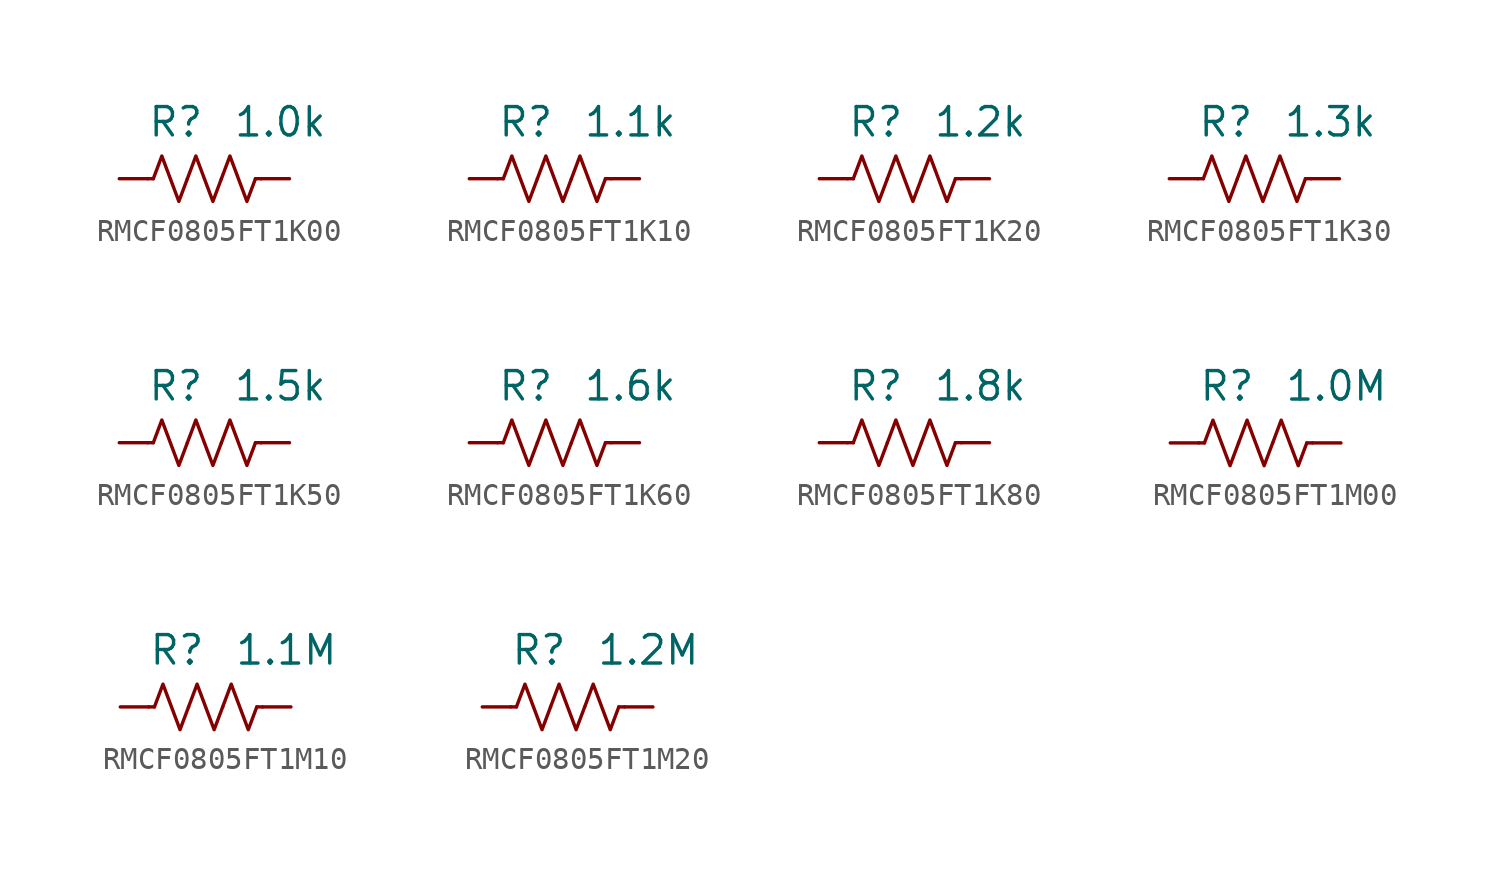
<source format=kicad_sym>
(kicad_symbol_lib
  (version 20241209)
  (generator "kicad_symbol_editor")
  (generator_version "9.0")
  (symbol "RMCF0805FT1K00"
    (pin_numbers
      (hide yes))
    (property "Reference" "R"
      (at 0 2.54 0)
      (effects (font (size 1.27 1.27)) (justify right)))
    (property "Value" "1.0k"
      (at 1.27 2.54 0)
      (effects (font (size 1.27 1.27)) (justify left)))
    (symbol "RMCF0805FT1K00_0_1"
      (polyline (pts (xy -2.286 0) (xy -2.54 0)) (stroke (width 0) (type default)) (fill (type none)))
      (polyline (pts (xy -2.286 0) (xy -1.905 1.016) (xy -1.524 0) (xy -1.143 -1.016) (xy -0.762 0)) (stroke (width 0) (type default)) (fill (type none)))
      (polyline (pts (xy -0.762 0) (xy -0.381 1.016) (xy 0 0) (xy 0.381 -1.016) (xy 0.762 0)) (stroke (width 0) (type default)) (fill (type none)))
      (polyline (pts (xy 0.762 0) (xy 1.143 1.016) (xy 1.524 0) (xy 1.905 -1.016) (xy 2.286 0)) (stroke (width 0) (type default)) (fill (type none)))
      (polyline (pts (xy 2.286 0) (xy 2.54 0)) (stroke (width 0) (type default)) (fill (type none))))
    (symbol "RMCF0805FT1K00_1_1"
      (pin passive line (at -3.81 0 0) (length 1.27) (name "~" (effects (font (size 1.27 1.27)))) (number "1" (effects (font (size 1.27 1.27)))))
      (pin passive line (at 3.81 0 180) (length 1.27) (name "~" (effects (font (size 1.27 1.27)))) (number "2" (effects (font (size 1.27 1.27)))))))
  (symbol "RMCF0805FT1K10"
    (pin_numbers
      (hide yes))
    (property "Reference" "R"
      (at 0 2.54 0)
      (effects (font (size 1.27 1.27)) (justify right)))
    (property "Value" "1.1k"
      (at 1.27 2.54 0)
      (effects (font (size 1.27 1.27)) (justify left)))
    (symbol "RMCF0805FT1K10_0_1"
      (polyline (pts (xy -2.286 0) (xy -2.54 0)) (stroke (width 0) (type default)) (fill (type none)))
      (polyline (pts (xy -2.286 0) (xy -1.905 1.016) (xy -1.524 0) (xy -1.143 -1.016) (xy -0.762 0)) (stroke (width 0) (type default)) (fill (type none)))
      (polyline (pts (xy -0.762 0) (xy -0.381 1.016) (xy 0 0) (xy 0.381 -1.016) (xy 0.762 0)) (stroke (width 0) (type default)) (fill (type none)))
      (polyline (pts (xy 0.762 0) (xy 1.143 1.016) (xy 1.524 0) (xy 1.905 -1.016) (xy 2.286 0)) (stroke (width 0) (type default)) (fill (type none)))
      (polyline (pts (xy 2.286 0) (xy 2.54 0)) (stroke (width 0) (type default)) (fill (type none))))
    (symbol "RMCF0805FT1K10_1_1"
      (pin passive line (at -3.81 0 0) (length 1.27) (name "~" (effects (font (size 1.27 1.27)))) (number "1" (effects (font (size 1.27 1.27)))))
      (pin passive line (at 3.81 0 180) (length 1.27) (name "~" (effects (font (size 1.27 1.27)))) (number "2" (effects (font (size 1.27 1.27)))))))
  (symbol "RMCF0805FT1K20"
    (pin_numbers
      (hide yes))
    (property "Reference" "R"
      (at 0 2.54 0)
      (effects (font (size 1.27 1.27)) (justify right)))
    (property "Value" "1.2k"
      (at 1.27 2.54 0)
      (effects (font (size 1.27 1.27)) (justify left)))
    (symbol "RMCF0805FT1K20_0_1"
      (polyline (pts (xy -2.286 0) (xy -2.54 0)) (stroke (width 0) (type default)) (fill (type none)))
      (polyline (pts (xy -2.286 0) (xy -1.905 1.016) (xy -1.524 0) (xy -1.143 -1.016) (xy -0.762 0)) (stroke (width 0) (type default)) (fill (type none)))
      (polyline (pts (xy -0.762 0) (xy -0.381 1.016) (xy 0 0) (xy 0.381 -1.016) (xy 0.762 0)) (stroke (width 0) (type default)) (fill (type none)))
      (polyline (pts (xy 0.762 0) (xy 1.143 1.016) (xy 1.524 0) (xy 1.905 -1.016) (xy 2.286 0)) (stroke (width 0) (type default)) (fill (type none)))
      (polyline (pts (xy 2.286 0) (xy 2.54 0)) (stroke (width 0) (type default)) (fill (type none))))
    (symbol "RMCF0805FT1K20_1_1"
      (pin passive line (at -3.81 0 0) (length 1.27) (name "~" (effects (font (size 1.27 1.27)))) (number "1" (effects (font (size 1.27 1.27)))))
      (pin passive line (at 3.81 0 180) (length 1.27) (name "~" (effects (font (size 1.27 1.27)))) (number "2" (effects (font (size 1.27 1.27)))))))
  (symbol "RMCF0805FT1K30"
    (pin_numbers
      (hide yes))
    (property "Reference" "R"
      (at 0 2.54 0)
      (effects (font (size 1.27 1.27)) (justify right)))
    (property "Value" "1.3k"
      (at 1.27 2.54 0)
      (effects (font (size 1.27 1.27)) (justify left)))
    (symbol "RMCF0805FT1K30_0_1"
      (polyline (pts (xy -2.286 0) (xy -2.54 0)) (stroke (width 0) (type default)) (fill (type none)))
      (polyline (pts (xy -2.286 0) (xy -1.905 1.016) (xy -1.524 0) (xy -1.143 -1.016) (xy -0.762 0)) (stroke (width 0) (type default)) (fill (type none)))
      (polyline (pts (xy -0.762 0) (xy -0.381 1.016) (xy 0 0) (xy 0.381 -1.016) (xy 0.762 0)) (stroke (width 0) (type default)) (fill (type none)))
      (polyline (pts (xy 0.762 0) (xy 1.143 1.016) (xy 1.524 0) (xy 1.905 -1.016) (xy 2.286 0)) (stroke (width 0) (type default)) (fill (type none)))
      (polyline (pts (xy 2.286 0) (xy 2.54 0)) (stroke (width 0) (type default)) (fill (type none))))
    (symbol "RMCF0805FT1K30_1_1"
      (pin passive line (at -3.81 0 0) (length 1.27) (name "~" (effects (font (size 1.27 1.27)))) (number "1" (effects (font (size 1.27 1.27)))))
      (pin passive line (at 3.81 0 180) (length 1.27) (name "~" (effects (font (size 1.27 1.27)))) (number "2" (effects (font (size 1.27 1.27)))))))
  (symbol "RMCF0805FT1K50"
    (pin_numbers
      (hide yes))
    (property "Reference" "R"
      (at 0 2.54 0)
      (effects (font (size 1.27 1.27)) (justify right)))
    (property "Value" "1.5k"
      (at 1.27 2.54 0)
      (effects (font (size 1.27 1.27)) (justify left)))
    (symbol "RMCF0805FT1K50_0_1"
      (polyline (pts (xy -2.286 0) (xy -2.54 0)) (stroke (width 0) (type default)) (fill (type none)))
      (polyline (pts (xy -2.286 0) (xy -1.905 1.016) (xy -1.524 0) (xy -1.143 -1.016) (xy -0.762 0)) (stroke (width 0) (type default)) (fill (type none)))
      (polyline (pts (xy -0.762 0) (xy -0.381 1.016) (xy 0 0) (xy 0.381 -1.016) (xy 0.762 0)) (stroke (width 0) (type default)) (fill (type none)))
      (polyline (pts (xy 0.762 0) (xy 1.143 1.016) (xy 1.524 0) (xy 1.905 -1.016) (xy 2.286 0)) (stroke (width 0) (type default)) (fill (type none)))
      (polyline (pts (xy 2.286 0) (xy 2.54 0)) (stroke (width 0) (type default)) (fill (type none))))
    (symbol "RMCF0805FT1K50_1_1"
      (pin passive line (at -3.81 0 0) (length 1.27) (name "~" (effects (font (size 1.27 1.27)))) (number "1" (effects (font (size 1.27 1.27)))))
      (pin passive line (at 3.81 0 180) (length 1.27) (name "~" (effects (font (size 1.27 1.27)))) (number "2" (effects (font (size 1.27 1.27)))))))
  (symbol "RMCF0805FT1K60"
    (pin_numbers
      (hide yes))
    (property "Reference" "R"
      (at 0 2.54 0)
      (effects (font (size 1.27 1.27)) (justify right)))
    (property "Value" "1.6k"
      (at 1.27 2.54 0)
      (effects (font (size 1.27 1.27)) (justify left)))
    (symbol "RMCF0805FT1K60_0_1"
      (polyline (pts (xy -2.286 0) (xy -2.54 0)) (stroke (width 0) (type default)) (fill (type none)))
      (polyline (pts (xy -2.286 0) (xy -1.905 1.016) (xy -1.524 0) (xy -1.143 -1.016) (xy -0.762 0)) (stroke (width 0) (type default)) (fill (type none)))
      (polyline (pts (xy -0.762 0) (xy -0.381 1.016) (xy 0 0) (xy 0.381 -1.016) (xy 0.762 0)) (stroke (width 0) (type default)) (fill (type none)))
      (polyline (pts (xy 0.762 0) (xy 1.143 1.016) (xy 1.524 0) (xy 1.905 -1.016) (xy 2.286 0)) (stroke (width 0) (type default)) (fill (type none)))
      (polyline (pts (xy 2.286 0) (xy 2.54 0)) (stroke (width 0) (type default)) (fill (type none))))
    (symbol "RMCF0805FT1K60_1_1"
      (pin passive line (at -3.81 0 0) (length 1.27) (name "~" (effects (font (size 1.27 1.27)))) (number "1" (effects (font (size 1.27 1.27)))))
      (pin passive line (at 3.81 0 180) (length 1.27) (name "~" (effects (font (size 1.27 1.27)))) (number "2" (effects (font (size 1.27 1.27)))))))
  (symbol "RMCF0805FT1K80"
    (pin_numbers
      (hide yes))
    (property "Reference" "R"
      (at 0 2.54 0)
      (effects (font (size 1.27 1.27)) (justify right)))
    (property "Value" "1.8k"
      (at 1.27 2.54 0)
      (effects (font (size 1.27 1.27)) (justify left)))
    (symbol "RMCF0805FT1K80_0_1"
      (polyline (pts (xy -2.286 0) (xy -2.54 0)) (stroke (width 0) (type default)) (fill (type none)))
      (polyline (pts (xy -2.286 0) (xy -1.905 1.016) (xy -1.524 0) (xy -1.143 -1.016) (xy -0.762 0)) (stroke (width 0) (type default)) (fill (type none)))
      (polyline (pts (xy -0.762 0) (xy -0.381 1.016) (xy 0 0) (xy 0.381 -1.016) (xy 0.762 0)) (stroke (width 0) (type default)) (fill (type none)))
      (polyline (pts (xy 0.762 0) (xy 1.143 1.016) (xy 1.524 0) (xy 1.905 -1.016) (xy 2.286 0)) (stroke (width 0) (type default)) (fill (type none)))
      (polyline (pts (xy 2.286 0) (xy 2.54 0)) (stroke (width 0) (type default)) (fill (type none))))
    (symbol "RMCF0805FT1K80_1_1"
      (pin passive line (at -3.81 0 0) (length 1.27) (name "~" (effects (font (size 1.27 1.27)))) (number "1" (effects (font (size 1.27 1.27)))))
      (pin passive line (at 3.81 0 180) (length 1.27) (name "~" (effects (font (size 1.27 1.27)))) (number "2" (effects (font (size 1.27 1.27)))))))
  (symbol "RMCF0805FT1M00"
    (pin_numbers
      (hide yes))
    (property "Reference" "R"
      (at 0 2.54 0)
      (effects (font (size 1.27 1.27)) (justify right)))
    (property "Value" "1.0M"
      (at 1.27 2.54 0)
      (effects (font (size 1.27 1.27)) (justify left)))
    (symbol "RMCF0805FT1M00_0_1"
      (polyline (pts (xy -2.286 0) (xy -2.54 0)) (stroke (width 0) (type default)) (fill (type none)))
      (polyline (pts (xy -2.286 0) (xy -1.905 1.016) (xy -1.524 0) (xy -1.143 -1.016) (xy -0.762 0)) (stroke (width 0) (type default)) (fill (type none)))
      (polyline (pts (xy -0.762 0) (xy -0.381 1.016) (xy 0 0) (xy 0.381 -1.016) (xy 0.762 0)) (stroke (width 0) (type default)) (fill (type none)))
      (polyline (pts (xy 0.762 0) (xy 1.143 1.016) (xy 1.524 0) (xy 1.905 -1.016) (xy 2.286 0)) (stroke (width 0) (type default)) (fill (type none)))
      (polyline (pts (xy 2.286 0) (xy 2.54 0)) (stroke (width 0) (type default)) (fill (type none))))
    (symbol "RMCF0805FT1M00_1_1"
      (pin passive line (at -3.81 0 0) (length 1.27) (name "~" (effects (font (size 1.27 1.27)))) (number "1" (effects (font (size 1.27 1.27)))))
      (pin passive line (at 3.81 0 180) (length 1.27) (name "~" (effects (font (size 1.27 1.27)))) (number "2" (effects (font (size 1.27 1.27)))))))
  (symbol "RMCF0805FT1M10"
    (pin_numbers
      (hide yes))
    (property "Reference" "R"
      (at 0 2.54 0)
      (effects (font (size 1.27 1.27)) (justify right)))
    (property "Value" "1.1M"
      (at 1.27 2.54 0)
      (effects (font (size 1.27 1.27)) (justify left)))
    (symbol "RMCF0805FT1M10_0_1"
      (polyline (pts (xy -2.286 0) (xy -2.54 0)) (stroke (width 0) (type default)) (fill (type none)))
      (polyline (pts (xy -2.286 0) (xy -1.905 1.016) (xy -1.524 0) (xy -1.143 -1.016) (xy -0.762 0)) (stroke (width 0) (type default)) (fill (type none)))
      (polyline (pts (xy -0.762 0) (xy -0.381 1.016) (xy 0 0) (xy 0.381 -1.016) (xy 0.762 0)) (stroke (width 0) (type default)) (fill (type none)))
      (polyline (pts (xy 0.762 0) (xy 1.143 1.016) (xy 1.524 0) (xy 1.905 -1.016) (xy 2.286 0)) (stroke (width 0) (type default)) (fill (type none)))
      (polyline (pts (xy 2.286 0) (xy 2.54 0)) (stroke (width 0) (type default)) (fill (type none))))
    (symbol "RMCF0805FT1M10_1_1"
      (pin passive line (at -3.81 0 0) (length 1.27) (name "~" (effects (font (size 1.27 1.27)))) (number "1" (effects (font (size 1.27 1.27)))))
      (pin passive line (at 3.81 0 180) (length 1.27) (name "~" (effects (font (size 1.27 1.27)))) (number "2" (effects (font (size 1.27 1.27)))))))
  (symbol "RMCF0805FT1M20"
    (pin_numbers
      (hide yes))
    (property "Reference" "R"
      (at 0 2.54 0)
      (effects (font (size 1.27 1.27)) (justify right)))
    (property "Value" "1.2M"
      (at 1.27 2.54 0)
      (effects (font (size 1.27 1.27)) (justify left)))
    (symbol "RMCF0805FT1M20_0_1"
      (polyline (pts (xy -2.286 0) (xy -2.54 0)) (stroke (width 0) (type default)) (fill (type none)))
      (polyline (pts (xy -2.286 0) (xy -1.905 1.016) (xy -1.524 0) (xy -1.143 -1.016) (xy -0.762 0)) (stroke (width 0) (type default)) (fill (type none)))
      (polyline (pts (xy -0.762 0) (xy -0.381 1.016) (xy 0 0) (xy 0.381 -1.016) (xy 0.762 0)) (stroke (width 0) (type default)) (fill (type none)))
      (polyline (pts (xy 0.762 0) (xy 1.143 1.016) (xy 1.524 0) (xy 1.905 -1.016) (xy 2.286 0)) (stroke (width 0) (type default)) (fill (type none)))
      (polyline (pts (xy 2.286 0) (xy 2.54 0)) (stroke (width 0) (type default)) (fill (type none))))
    (symbol "RMCF0805FT1M20_1_1"
      (pin passive line (at -3.81 0 0) (length 1.27) (name "~" (effects (font (size 1.27 1.27)))) (number "1" (effects (font (size 1.27 1.27)))))
      (pin passive line (at 3.81 0 180) (length 1.27) (name "~" (effects (font (size 1.27 1.27)))) (number "2" (effects (font (size 1.27 1.27))))))))
</source>
